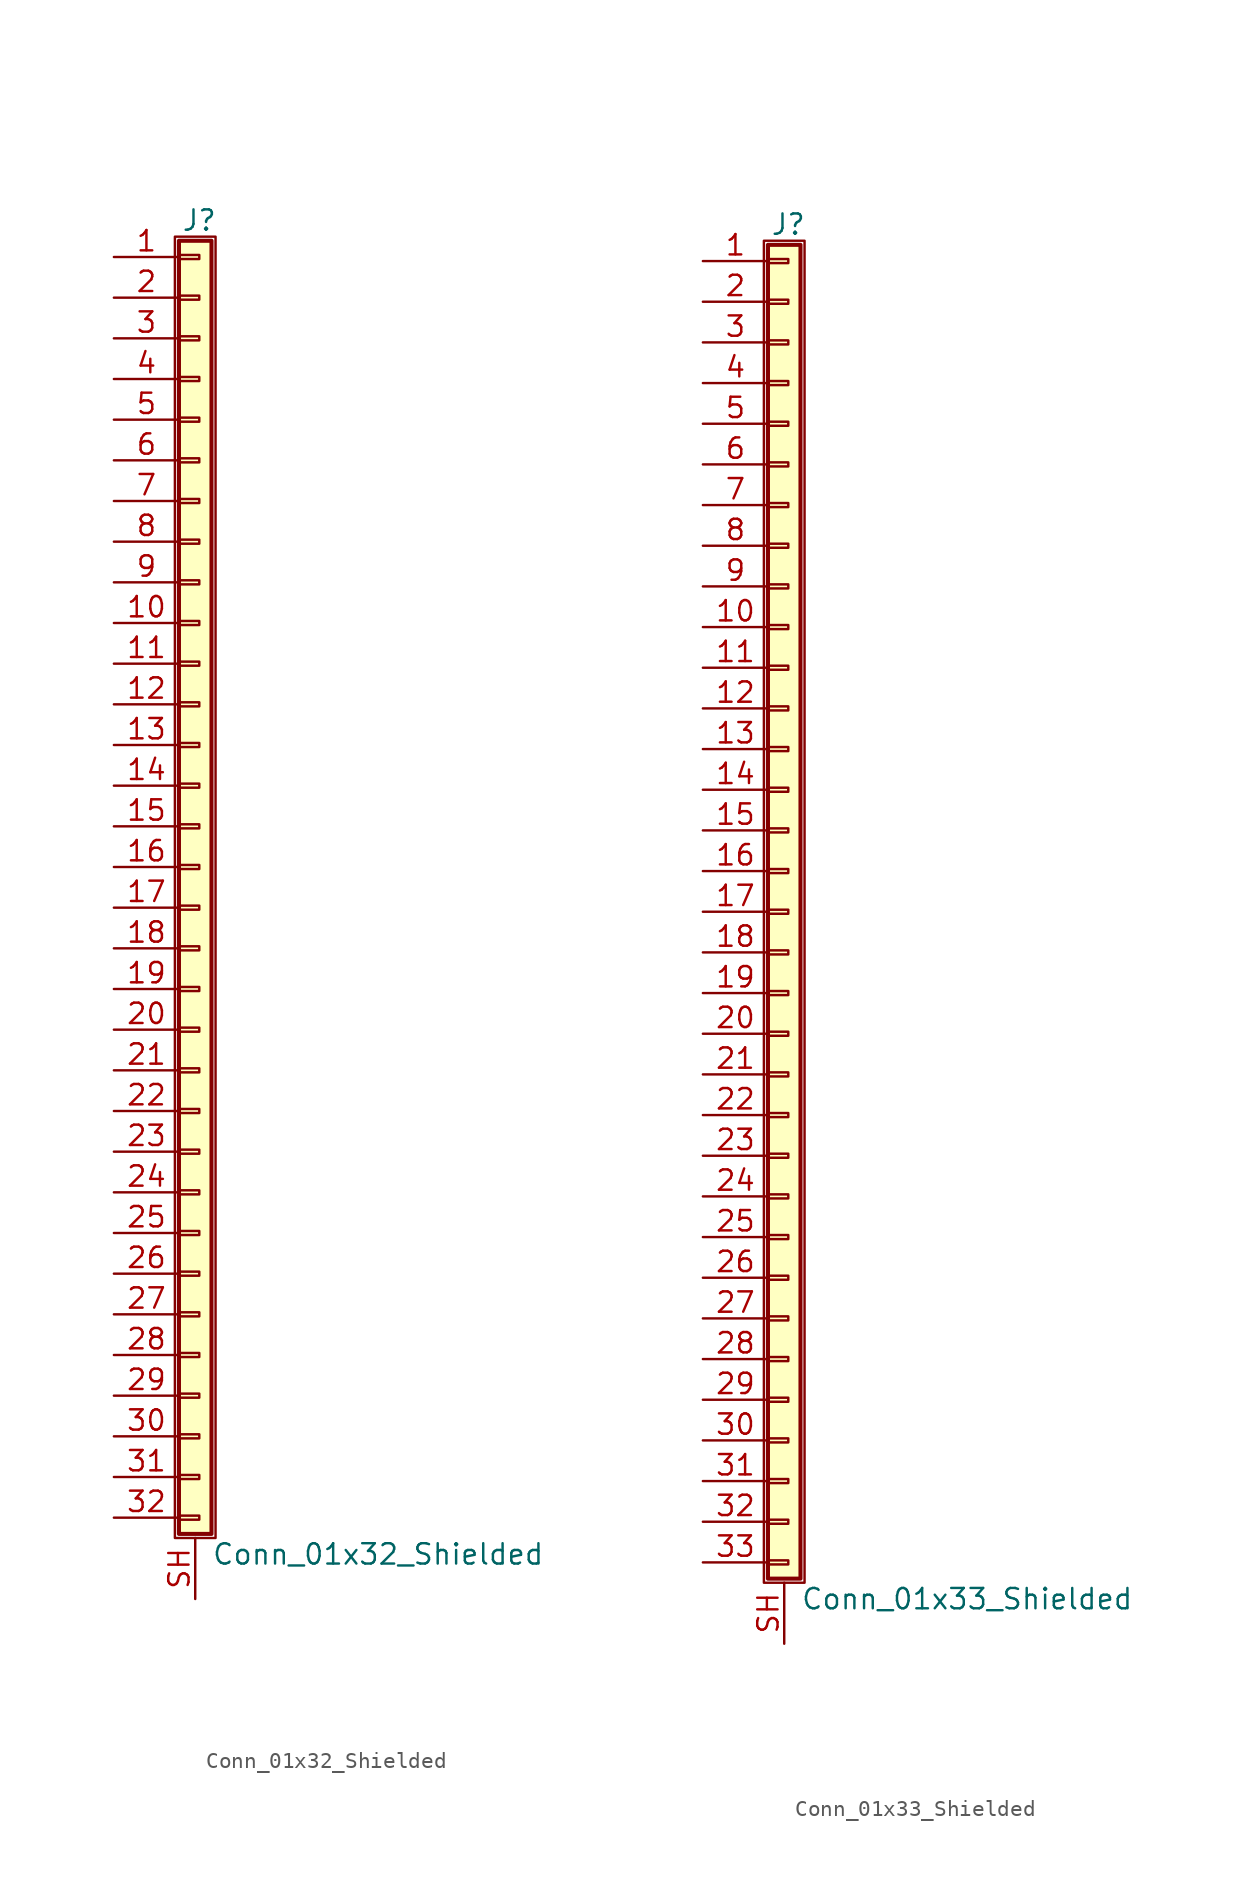
<source format=kicad_sym>
(kicad_symbol_lib
  (version 20201005)
  (generator kicad_symbol_editor)
  (symbol "Conn_01x32_Shielded"
    (pin_names
      (offset 1.016) hide)
    (property "Reference" "J"
      (at 0.254 40.386 0)
      (effects (font (size 1.27 1.27))))
    (property "Value" "Conn_01x32_Shielded"
      (at 1.016 -42.926 0)
      (effects (font (size 1.27 1.27)) (justify left)))
    (symbol "Conn_01x32_Shielded_1_1"
      (rectangle (start -1.27 39.37) (end 1.27 -41.91) (stroke (width 0.152)) (fill (type none)))
      (rectangle (start -1.016 -40.513) (end 0.254 -40.767) (stroke (width 0.152)) (fill (type none)))
      (rectangle (start -1.016 -37.973) (end 0.254 -38.227) (stroke (width 0.152)) (fill (type none)))
      (rectangle (start -1.016 -35.433) (end 0.254 -35.687) (stroke (width 0.152)) (fill (type none)))
      (rectangle (start -1.016 -32.893) (end 0.254 -33.147) (stroke (width 0.152)) (fill (type none)))
      (rectangle (start -1.016 -30.353) (end 0.254 -30.607) (stroke (width 0.152)) (fill (type none)))
      (rectangle (start -1.016 -27.813) (end 0.254 -28.067) (stroke (width 0.152)) (fill (type none)))
      (rectangle (start -1.016 -25.273) (end 0.254 -25.527) (stroke (width 0.152)) (fill (type none)))
      (rectangle (start -1.016 -22.733) (end 0.254 -22.987) (stroke (width 0.152)) (fill (type none)))
      (rectangle (start -1.016 -20.193) (end 0.254 -20.447) (stroke (width 0.152)) (fill (type none)))
      (rectangle (start -1.016 -17.653) (end 0.254 -17.907) (stroke (width 0.152)) (fill (type none)))
      (rectangle (start -1.016 -15.113) (end 0.254 -15.367) (stroke (width 0.152)) (fill (type none)))
      (rectangle (start -1.016 -12.573) (end 0.254 -12.827) (stroke (width 0.152)) (fill (type none)))
      (rectangle (start -1.016 -10.033) (end 0.254 -10.287) (stroke (width 0.152)) (fill (type none)))
      (rectangle (start -1.016 -7.493) (end 0.254 -7.747) (stroke (width 0.152)) (fill (type none)))
      (rectangle (start -1.016 -4.953) (end 0.254 -5.207) (stroke (width 0.152)) (fill (type none)))
      (rectangle (start -1.016 -2.413) (end 0.254 -2.667) (stroke (width 0.152)) (fill (type none)))
      (rectangle (start -1.016 0.127) (end 0.254 -0.127) (stroke (width 0.152)) (fill (type none)))
      (rectangle (start -1.016 2.667) (end 0.254 2.413) (stroke (width 0.152)) (fill (type none)))
      (rectangle (start -1.016 5.207) (end 0.254 4.953) (stroke (width 0.152)) (fill (type none)))
      (rectangle (start -1.016 7.747) (end 0.254 7.493) (stroke (width 0.152)) (fill (type none)))
      (rectangle (start -1.016 10.287) (end 0.254 10.033) (stroke (width 0.152)) (fill (type none)))
      (rectangle (start -1.016 12.827) (end 0.254 12.573) (stroke (width 0.152)) (fill (type none)))
      (rectangle (start -1.016 15.367) (end 0.254 15.113) (stroke (width 0.152)) (fill (type none)))
      (rectangle (start -1.016 17.907) (end 0.254 17.653) (stroke (width 0.152)) (fill (type none)))
      (rectangle (start -1.016 20.447) (end 0.254 20.193) (stroke (width 0.152)) (fill (type none)))
      (rectangle (start -1.016 22.987) (end 0.254 22.733) (stroke (width 0.152)) (fill (type none)))
      (rectangle (start -1.016 25.527) (end 0.254 25.273) (stroke (width 0.152)) (fill (type none)))
      (rectangle (start -1.016 28.067) (end 0.254 27.813) (stroke (width 0.152)) (fill (type none)))
      (rectangle (start -1.016 30.607) (end 0.254 30.353) (stroke (width 0.152)) (fill (type none)))
      (rectangle (start -1.016 33.147) (end 0.254 32.893) (stroke (width 0.152)) (fill (type none)))
      (rectangle (start -1.016 35.687) (end 0.254 35.433) (stroke (width 0.152)) (fill (type none)))
      (rectangle (start -1.016 38.227) (end 0.254 37.973) (stroke (width 0.152)) (fill (type none)))
      (rectangle (start -1.016 39.116) (end 1.016 -41.656) (stroke (width 0.254)) (fill (type background)))
      (pin passive line (at -5.08 38.1 0) (length 4.064) (name "Pin_1" (effects (font (size 1.27 1.27)))) (number "1" (effects (font (size 1.27 1.27)))))
      (pin passive line (at -5.08 15.24 0) (length 4.064) (name "Pin_10" (effects (font (size 1.27 1.27)))) (number "10" (effects (font (size 1.27 1.27)))))
      (pin passive line (at -5.08 12.7 0) (length 4.064) (name "Pin_11" (effects (font (size 1.27 1.27)))) (number "11" (effects (font (size 1.27 1.27)))))
      (pin passive line (at -5.08 10.16 0) (length 4.064) (name "Pin_12" (effects (font (size 1.27 1.27)))) (number "12" (effects (font (size 1.27 1.27)))))
      (pin passive line (at -5.08 7.62 0) (length 4.064) (name "Pin_13" (effects (font (size 1.27 1.27)))) (number "13" (effects (font (size 1.27 1.27)))))
      (pin passive line (at -5.08 5.08 0) (length 4.064) (name "Pin_14" (effects (font (size 1.27 1.27)))) (number "14" (effects (font (size 1.27 1.27)))))
      (pin passive line (at -5.08 2.54 0) (length 4.064) (name "Pin_15" (effects (font (size 1.27 1.27)))) (number "15" (effects (font (size 1.27 1.27)))))
      (pin passive line (at -5.08 0 0) (length 4.064) (name "Pin_16" (effects (font (size 1.27 1.27)))) (number "16" (effects (font (size 1.27 1.27)))))
      (pin passive line (at -5.08 -2.54 0) (length 4.064) (name "Pin_17" (effects (font (size 1.27 1.27)))) (number "17" (effects (font (size 1.27 1.27)))))
      (pin passive line (at -5.08 -5.08 0) (length 4.064) (name "Pin_18" (effects (font (size 1.27 1.27)))) (number "18" (effects (font (size 1.27 1.27)))))
      (pin passive line (at -5.08 -7.62 0) (length 4.064) (name "Pin_19" (effects (font (size 1.27 1.27)))) (number "19" (effects (font (size 1.27 1.27)))))
      (pin passive line (at -5.08 35.56 0) (length 4.064) (name "Pin_2" (effects (font (size 1.27 1.27)))) (number "2" (effects (font (size 1.27 1.27)))))
      (pin passive line (at -5.08 -10.16 0) (length 4.064) (name "Pin_20" (effects (font (size 1.27 1.27)))) (number "20" (effects (font (size 1.27 1.27)))))
      (pin passive line (at -5.08 -12.7 0) (length 4.064) (name "Pin_21" (effects (font (size 1.27 1.27)))) (number "21" (effects (font (size 1.27 1.27)))))
      (pin passive line (at -5.08 -15.24 0) (length 4.064) (name "Pin_22" (effects (font (size 1.27 1.27)))) (number "22" (effects (font (size 1.27 1.27)))))
      (pin passive line (at -5.08 -17.78 0) (length 4.064) (name "Pin_23" (effects (font (size 1.27 1.27)))) (number "23" (effects (font (size 1.27 1.27)))))
      (pin passive line (at -5.08 -20.32 0) (length 4.064) (name "Pin_24" (effects (font (size 1.27 1.27)))) (number "24" (effects (font (size 1.27 1.27)))))
      (pin passive line (at -5.08 -22.86 0) (length 4.064) (name "Pin_25" (effects (font (size 1.27 1.27)))) (number "25" (effects (font (size 1.27 1.27)))))
      (pin passive line (at -5.08 -25.4 0) (length 4.064) (name "Pin_26" (effects (font (size 1.27 1.27)))) (number "26" (effects (font (size 1.27 1.27)))))
      (pin passive line (at -5.08 -27.94 0) (length 4.064) (name "Pin_27" (effects (font (size 1.27 1.27)))) (number "27" (effects (font (size 1.27 1.27)))))
      (pin passive line (at -5.08 -30.48 0) (length 4.064) (name "Pin_28" (effects (font (size 1.27 1.27)))) (number "28" (effects (font (size 1.27 1.27)))))
      (pin passive line (at -5.08 -33.02 0) (length 4.064) (name "Pin_29" (effects (font (size 1.27 1.27)))) (number "29" (effects (font (size 1.27 1.27)))))
      (pin passive line (at -5.08 33.02 0) (length 4.064) (name "Pin_3" (effects (font (size 1.27 1.27)))) (number "3" (effects (font (size 1.27 1.27)))))
      (pin passive line (at -5.08 -35.56 0) (length 4.064) (name "Pin_30" (effects (font (size 1.27 1.27)))) (number "30" (effects (font (size 1.27 1.27)))))
      (pin passive line (at -5.08 -38.1 0) (length 4.064) (name "Pin_31" (effects (font (size 1.27 1.27)))) (number "31" (effects (font (size 1.27 1.27)))))
      (pin passive line (at -5.08 -40.64 0) (length 4.064) (name "Pin_32" (effects (font (size 1.27 1.27)))) (number "32" (effects (font (size 1.27 1.27)))))
      (pin passive line (at -5.08 30.48 0) (length 4.064) (name "Pin_4" (effects (font (size 1.27 1.27)))) (number "4" (effects (font (size 1.27 1.27)))))
      (pin passive line (at -5.08 27.94 0) (length 4.064) (name "Pin_5" (effects (font (size 1.27 1.27)))) (number "5" (effects (font (size 1.27 1.27)))))
      (pin passive line (at -5.08 25.4 0) (length 4.064) (name "Pin_6" (effects (font (size 1.27 1.27)))) (number "6" (effects (font (size 1.27 1.27)))))
      (pin passive line (at -5.08 22.86 0) (length 4.064) (name "Pin_7" (effects (font (size 1.27 1.27)))) (number "7" (effects (font (size 1.27 1.27)))))
      (pin passive line (at -5.08 20.32 0) (length 4.064) (name "Pin_8" (effects (font (size 1.27 1.27)))) (number "8" (effects (font (size 1.27 1.27)))))
      (pin passive line (at -5.08 17.78 0) (length 4.064) (name "Pin_9" (effects (font (size 1.27 1.27)))) (number "9" (effects (font (size 1.27 1.27)))))
      (pin passive line (at 0 -45.72 90) (length 3.81) (name "Shield" (effects (font (size 1.27 1.27)))) (number "SH" (effects (font (size 1.27 1.27)))))))
  (symbol "Conn_01x33_Shielded"
    (pin_names
      (offset 1.016) hide)
    (property "Reference" "J"
      (at 0.254 42.926 0)
      (effects (font (size 1.27 1.27))))
    (property "Value" "Conn_01x33_Shielded"
      (at 1.016 -42.926 0)
      (effects (font (size 1.27 1.27)) (justify left)))
    (symbol "Conn_01x33_Shielded_1_1"
      (rectangle (start -1.27 41.91) (end 1.27 -41.91) (stroke (width 0.152)) (fill (type none)))
      (rectangle (start -1.016 -40.513) (end 0.254 -40.767) (stroke (width 0.152)) (fill (type none)))
      (rectangle (start -1.016 -37.973) (end 0.254 -38.227) (stroke (width 0.152)) (fill (type none)))
      (rectangle (start -1.016 -35.433) (end 0.254 -35.687) (stroke (width 0.152)) (fill (type none)))
      (rectangle (start -1.016 -32.893) (end 0.254 -33.147) (stroke (width 0.152)) (fill (type none)))
      (rectangle (start -1.016 -30.353) (end 0.254 -30.607) (stroke (width 0.152)) (fill (type none)))
      (rectangle (start -1.016 -27.813) (end 0.254 -28.067) (stroke (width 0.152)) (fill (type none)))
      (rectangle (start -1.016 -25.273) (end 0.254 -25.527) (stroke (width 0.152)) (fill (type none)))
      (rectangle (start -1.016 -22.733) (end 0.254 -22.987) (stroke (width 0.152)) (fill (type none)))
      (rectangle (start -1.016 -20.193) (end 0.254 -20.447) (stroke (width 0.152)) (fill (type none)))
      (rectangle (start -1.016 -17.653) (end 0.254 -17.907) (stroke (width 0.152)) (fill (type none)))
      (rectangle (start -1.016 -15.113) (end 0.254 -15.367) (stroke (width 0.152)) (fill (type none)))
      (rectangle (start -1.016 -12.573) (end 0.254 -12.827) (stroke (width 0.152)) (fill (type none)))
      (rectangle (start -1.016 -10.033) (end 0.254 -10.287) (stroke (width 0.152)) (fill (type none)))
      (rectangle (start -1.016 -7.493) (end 0.254 -7.747) (stroke (width 0.152)) (fill (type none)))
      (rectangle (start -1.016 -4.953) (end 0.254 -5.207) (stroke (width 0.152)) (fill (type none)))
      (rectangle (start -1.016 -2.413) (end 0.254 -2.667) (stroke (width 0.152)) (fill (type none)))
      (rectangle (start -1.016 0.127) (end 0.254 -0.127) (stroke (width 0.152)) (fill (type none)))
      (rectangle (start -1.016 2.667) (end 0.254 2.413) (stroke (width 0.152)) (fill (type none)))
      (rectangle (start -1.016 5.207) (end 0.254 4.953) (stroke (width 0.152)) (fill (type none)))
      (rectangle (start -1.016 7.747) (end 0.254 7.493) (stroke (width 0.152)) (fill (type none)))
      (rectangle (start -1.016 10.287) (end 0.254 10.033) (stroke (width 0.152)) (fill (type none)))
      (rectangle (start -1.016 12.827) (end 0.254 12.573) (stroke (width 0.152)) (fill (type none)))
      (rectangle (start -1.016 15.367) (end 0.254 15.113) (stroke (width 0.152)) (fill (type none)))
      (rectangle (start -1.016 17.907) (end 0.254 17.653) (stroke (width 0.152)) (fill (type none)))
      (rectangle (start -1.016 20.447) (end 0.254 20.193) (stroke (width 0.152)) (fill (type none)))
      (rectangle (start -1.016 22.987) (end 0.254 22.733) (stroke (width 0.152)) (fill (type none)))
      (rectangle (start -1.016 25.527) (end 0.254 25.273) (stroke (width 0.152)) (fill (type none)))
      (rectangle (start -1.016 28.067) (end 0.254 27.813) (stroke (width 0.152)) (fill (type none)))
      (rectangle (start -1.016 30.607) (end 0.254 30.353) (stroke (width 0.152)) (fill (type none)))
      (rectangle (start -1.016 33.147) (end 0.254 32.893) (stroke (width 0.152)) (fill (type none)))
      (rectangle (start -1.016 35.687) (end 0.254 35.433) (stroke (width 0.152)) (fill (type none)))
      (rectangle (start -1.016 38.227) (end 0.254 37.973) (stroke (width 0.152)) (fill (type none)))
      (rectangle (start -1.016 40.767) (end 0.254 40.513) (stroke (width 0.152)) (fill (type none)))
      (rectangle (start -1.016 41.656) (end 1.016 -41.656) (stroke (width 0.254)) (fill (type background)))
      (pin passive line (at -5.08 40.64 0) (length 4.064) (name "Pin_1" (effects (font (size 1.27 1.27)))) (number "1" (effects (font (size 1.27 1.27)))))
      (pin passive line (at -5.08 17.78 0) (length 4.064) (name "Pin_10" (effects (font (size 1.27 1.27)))) (number "10" (effects (font (size 1.27 1.27)))))
      (pin passive line (at -5.08 15.24 0) (length 4.064) (name "Pin_11" (effects (font (size 1.27 1.27)))) (number "11" (effects (font (size 1.27 1.27)))))
      (pin passive line (at -5.08 12.7 0) (length 4.064) (name "Pin_12" (effects (font (size 1.27 1.27)))) (number "12" (effects (font (size 1.27 1.27)))))
      (pin passive line (at -5.08 10.16 0) (length 4.064) (name "Pin_13" (effects (font (size 1.27 1.27)))) (number "13" (effects (font (size 1.27 1.27)))))
      (pin passive line (at -5.08 7.62 0) (length 4.064) (name "Pin_14" (effects (font (size 1.27 1.27)))) (number "14" (effects (font (size 1.27 1.27)))))
      (pin passive line (at -5.08 5.08 0) (length 4.064) (name "Pin_15" (effects (font (size 1.27 1.27)))) (number "15" (effects (font (size 1.27 1.27)))))
      (pin passive line (at -5.08 2.54 0) (length 4.064) (name "Pin_16" (effects (font (size 1.27 1.27)))) (number "16" (effects (font (size 1.27 1.27)))))
      (pin passive line (at -5.08 0 0) (length 4.064) (name "Pin_17" (effects (font (size 1.27 1.27)))) (number "17" (effects (font (size 1.27 1.27)))))
      (pin passive line (at -5.08 -2.54 0) (length 4.064) (name "Pin_18" (effects (font (size 1.27 1.27)))) (number "18" (effects (font (size 1.27 1.27)))))
      (pin passive line (at -5.08 -5.08 0) (length 4.064) (name "Pin_19" (effects (font (size 1.27 1.27)))) (number "19" (effects (font (size 1.27 1.27)))))
      (pin passive line (at -5.08 38.1 0) (length 4.064) (name "Pin_2" (effects (font (size 1.27 1.27)))) (number "2" (effects (font (size 1.27 1.27)))))
      (pin passive line (at -5.08 -7.62 0) (length 4.064) (name "Pin_20" (effects (font (size 1.27 1.27)))) (number "20" (effects (font (size 1.27 1.27)))))
      (pin passive line (at -5.08 -10.16 0) (length 4.064) (name "Pin_21" (effects (font (size 1.27 1.27)))) (number "21" (effects (font (size 1.27 1.27)))))
      (pin passive line (at -5.08 -12.7 0) (length 4.064) (name "Pin_22" (effects (font (size 1.27 1.27)))) (number "22" (effects (font (size 1.27 1.27)))))
      (pin passive line (at -5.08 -15.24 0) (length 4.064) (name "Pin_23" (effects (font (size 1.27 1.27)))) (number "23" (effects (font (size 1.27 1.27)))))
      (pin passive line (at -5.08 -17.78 0) (length 4.064) (name "Pin_24" (effects (font (size 1.27 1.27)))) (number "24" (effects (font (size 1.27 1.27)))))
      (pin passive line (at -5.08 -20.32 0) (length 4.064) (name "Pin_25" (effects (font (size 1.27 1.27)))) (number "25" (effects (font (size 1.27 1.27)))))
      (pin passive line (at -5.08 -22.86 0) (length 4.064) (name "Pin_26" (effects (font (size 1.27 1.27)))) (number "26" (effects (font (size 1.27 1.27)))))
      (pin passive line (at -5.08 -25.4 0) (length 4.064) (name "Pin_27" (effects (font (size 1.27 1.27)))) (number "27" (effects (font (size 1.27 1.27)))))
      (pin passive line (at -5.08 -27.94 0) (length 4.064) (name "Pin_28" (effects (font (size 1.27 1.27)))) (number "28" (effects (font (size 1.27 1.27)))))
      (pin passive line (at -5.08 -30.48 0) (length 4.064) (name "Pin_29" (effects (font (size 1.27 1.27)))) (number "29" (effects (font (size 1.27 1.27)))))
      (pin passive line (at -5.08 35.56 0) (length 4.064) (name "Pin_3" (effects (font (size 1.27 1.27)))) (number "3" (effects (font (size 1.27 1.27)))))
      (pin passive line (at -5.08 -33.02 0) (length 4.064) (name "Pin_30" (effects (font (size 1.27 1.27)))) (number "30" (effects (font (size 1.27 1.27)))))
      (pin passive line (at -5.08 -35.56 0) (length 4.064) (name "Pin_31" (effects (font (size 1.27 1.27)))) (number "31" (effects (font (size 1.27 1.27)))))
      (pin passive line (at -5.08 -38.1 0) (length 4.064) (name "Pin_32" (effects (font (size 1.27 1.27)))) (number "32" (effects (font (size 1.27 1.27)))))
      (pin passive line (at -5.08 -40.64 0) (length 4.064) (name "Pin_33" (effects (font (size 1.27 1.27)))) (number "33" (effects (font (size 1.27 1.27)))))
      (pin passive line (at -5.08 33.02 0) (length 4.064) (name "Pin_4" (effects (font (size 1.27 1.27)))) (number "4" (effects (font (size 1.27 1.27)))))
      (pin passive line (at -5.08 30.48 0) (length 4.064) (name "Pin_5" (effects (font (size 1.27 1.27)))) (number "5" (effects (font (size 1.27 1.27)))))
      (pin passive line (at -5.08 27.94 0) (length 4.064) (name "Pin_6" (effects (font (size 1.27 1.27)))) (number "6" (effects (font (size 1.27 1.27)))))
      (pin passive line (at -5.08 25.4 0) (length 4.064) (name "Pin_7" (effects (font (size 1.27 1.27)))) (number "7" (effects (font (size 1.27 1.27)))))
      (pin passive line (at -5.08 22.86 0) (length 4.064) (name "Pin_8" (effects (font (size 1.27 1.27)))) (number "8" (effects (font (size 1.27 1.27)))))
      (pin passive line (at -5.08 20.32 0) (length 4.064) (name "Pin_9" (effects (font (size 1.27 1.27)))) (number "9" (effects (font (size 1.27 1.27)))))
      (pin passive line (at 0 -45.72 90) (length 3.81) (name "Shield" (effects (font (size 1.27 1.27)))) (number "SH" (effects (font (size 1.27 1.27))))))))
</source>
